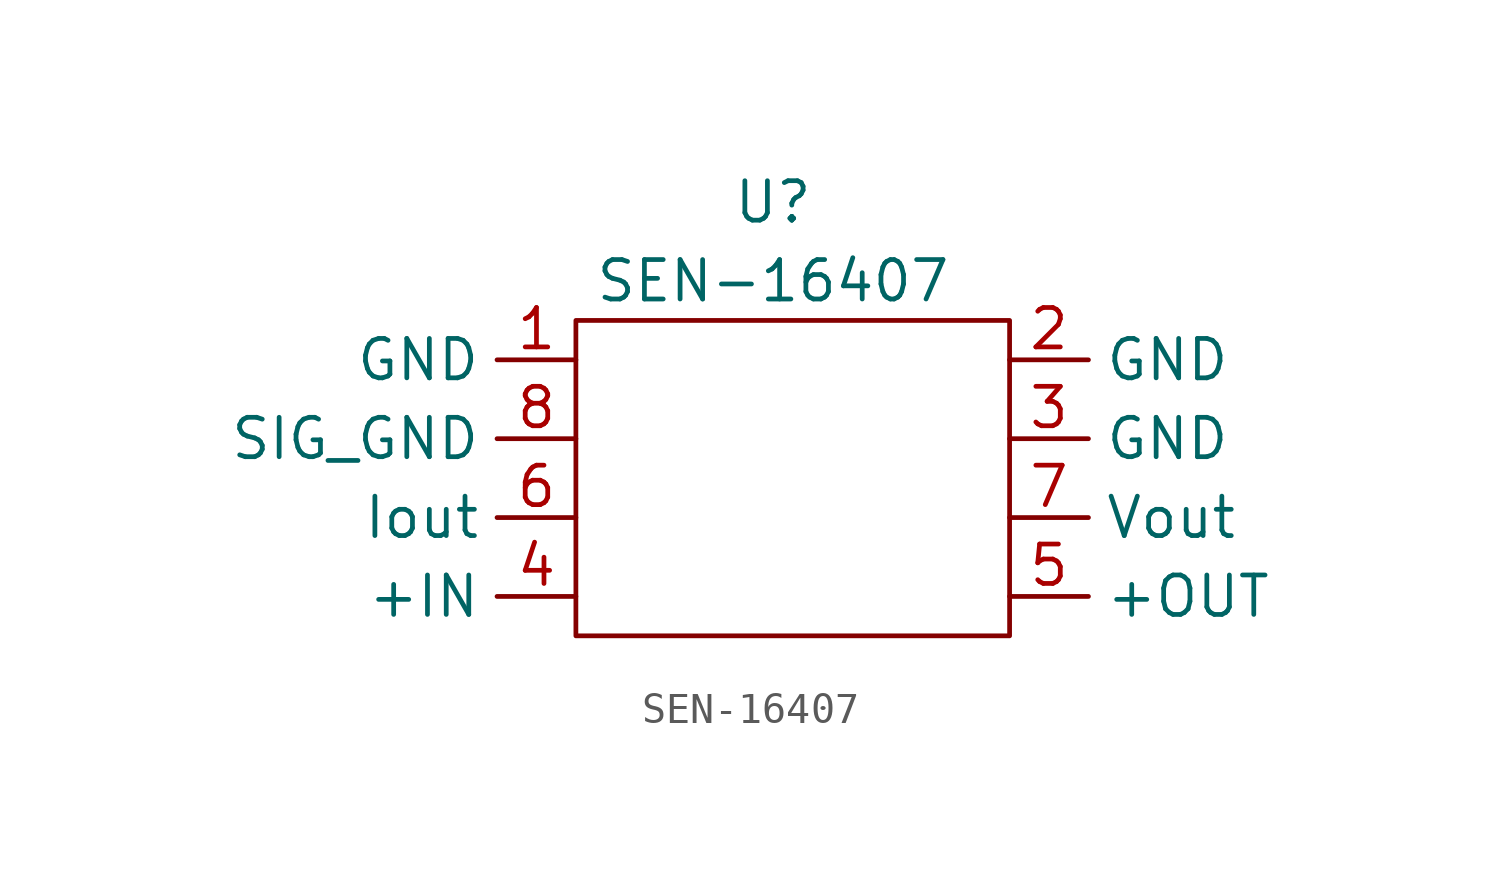
<source format=kicad_sym>
(kicad_symbol_lib
  (version 20211014)
  (generator kicad_symbol_editor)
  (symbol "SEN-16407"
    (property "Reference" "U"
      (at 6.35 3.81 0)
      (effects (font (size 1.27 1.27))))
    (property "Value" "SEN-16407"
      (at 6.35 1.27 0)
      (effects (font (size 1.27 1.27))))
    (symbol "SEN-16407_0_1"
      (rectangle (start 0 0) (end 13.97 -10.16) (stroke (width 0) (type default) (color 0 0 0 0)) (fill (type none))))
    (symbol "SEN-16407_1_1"
      (pin input line (at 0 -1.27 180) (length 2.54) (name "GND" (effects (font (size 1.27 1.27)))) (number "1" (effects (font (size 1.27 1.27)))))
      (pin input line (at 13.97 -1.27 0) (length 2.54) (name "GND" (effects (font (size 1.27 1.27)))) (number "2" (effects (font (size 1.27 1.27)))))
      (pin input line (at 13.97 -3.81 0) (length 2.54) (name "GND" (effects (font (size 1.27 1.27)))) (number "3" (effects (font (size 1.27 1.27)))))
      (pin bidirectional line (at 0 -8.89 180) (length 2.54) (name "+IN" (effects (font (size 1.27 1.27)))) (number "4" (effects (font (size 1.27 1.27)))))
      (pin bidirectional line (at 13.97 -8.89 0) (length 2.54) (name "+OUT" (effects (font (size 1.27 1.27)))) (number "5" (effects (font (size 1.27 1.27)))))
      (pin output line (at 0 -6.35 180) (length 2.54) (name "Iout" (effects (font (size 1.27 1.27)))) (number "6" (effects (font (size 1.27 1.27)))))
      (pin output line (at 13.97 -6.35 0) (length 2.54) (name "Vout" (effects (font (size 1.27 1.27)))) (number "7" (effects (font (size 1.27 1.27)))))
      (pin input line (at 0 -3.81 180) (length 2.54) (name "SIG_GND" (effects (font (size 1.27 1.27)))) (number "8" (effects (font (size 1.27 1.27))))))))
</source>
